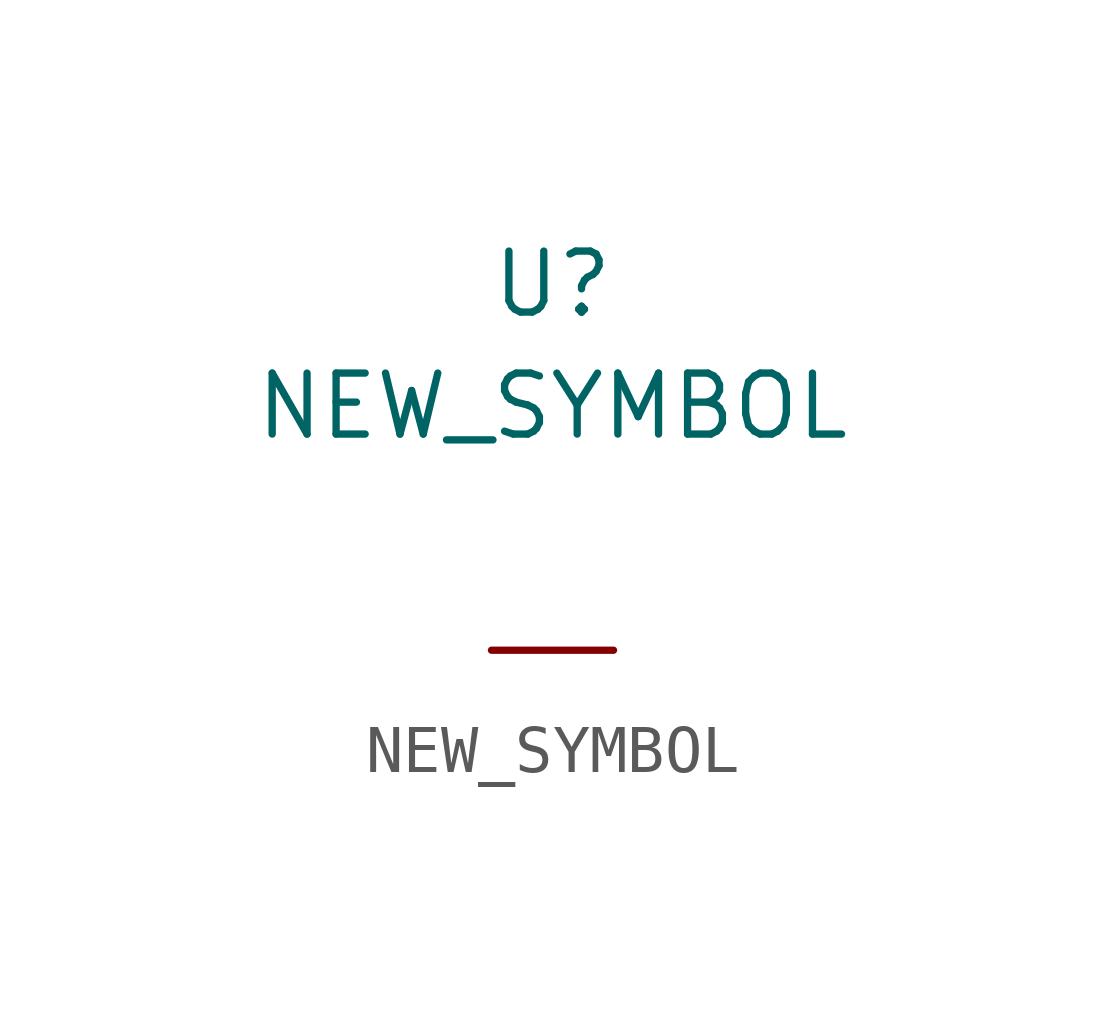
<source format=kicad_sym>
(kicad_symbol_lib
  (version 20220914)
  (generator kicad_symbol_editor)
  (symbol "NEW_SYMBOL"
    (property "Reference" "U"
      (at 0 1.27 0)
      (effects (font (size 1.27 1.27))))
    (property "Value" "NEW_SYMBOL"
      (at 0 -1.27 0)
      (effects (font (size 1.27 1.27))))
    (symbol "NEW_SYMBOL_1_1"
      (pin input line (at -1.27 -6.35 0) (length 2.54) (name "" (effects (font (size 1.27 1.27)))) (number "" (effects (font (size 1.27 1.27))))))))
</source>
